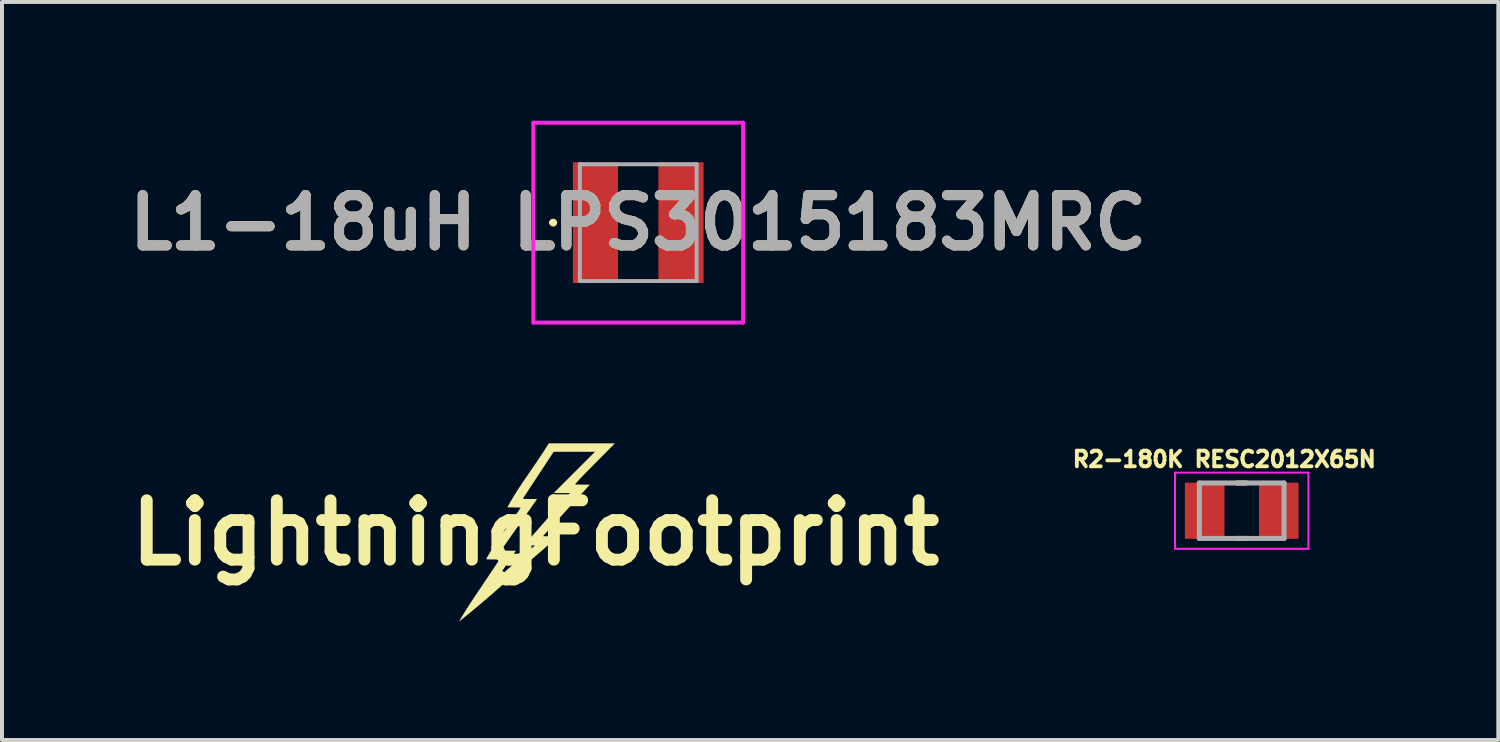
<source format=kicad_pcb>
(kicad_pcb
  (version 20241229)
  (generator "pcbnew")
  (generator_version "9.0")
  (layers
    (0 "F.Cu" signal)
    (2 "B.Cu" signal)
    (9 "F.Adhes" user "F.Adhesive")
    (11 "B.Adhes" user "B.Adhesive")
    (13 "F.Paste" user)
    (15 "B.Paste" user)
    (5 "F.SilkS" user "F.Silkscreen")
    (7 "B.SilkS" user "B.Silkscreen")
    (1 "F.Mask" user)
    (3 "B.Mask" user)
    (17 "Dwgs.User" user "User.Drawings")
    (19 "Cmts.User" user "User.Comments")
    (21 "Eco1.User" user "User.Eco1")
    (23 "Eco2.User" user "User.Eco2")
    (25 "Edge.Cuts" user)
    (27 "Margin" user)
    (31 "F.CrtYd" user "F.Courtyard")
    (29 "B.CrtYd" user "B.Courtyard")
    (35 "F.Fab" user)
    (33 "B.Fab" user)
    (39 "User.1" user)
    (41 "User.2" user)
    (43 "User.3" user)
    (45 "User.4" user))
  (footprint "LightningFootprint"
    (layer "F.Cu")
    (at 10.479 10.411)
    (property "Reference" "LightningFootprint" (at 0 0 0) (layer "F.SilkS") (effects (font (size 1.5 1.5) (thickness 0.3))))
    (attr board_only exclude_from_pos_files exclude_from_bom)
    (fp_poly (pts (xy 1.797 -2.049) (xy 1.705 -1.956) (xy 1.621 -1.871) (xy 1.544 -1.793) (xy 1.473 -1.722) (xy 1.41 -1.658) (xy 1.353 -1.601) (xy 1.303 -1.55) (xy 1.26 -1.506) (xy 1.222 -1.468) (xy 1.191 -1.436) (xy 1.166 -1.41) (xy 1.147 -1.39) (xy 1.136 -1.378) (xy 1.112 -1.351) (xy 1.088 -1.325) (xy 1.064 -1.299) (xy 1.043 -1.275) (xy 1.025 -1.254) (xy 1.012 -1.238) (xy 1.003 -1.227) (xy 1 -1.222) (xy 1.005 -1.221) (xy 1.019 -1.221) (xy 1.042 -1.22) (xy 1.071 -1.219) (xy 1.106 -1.219) (xy 1.146 -1.218) (xy 1.187 -1.218) (xy 1.374 -1.216) (xy 1.239 -1.068) (xy 1.201 -1.026) (xy 1.158 -0.98) (xy 1.113 -0.931) (xy 1.068 -0.882) (xy 1.025 -0.834) (xy 0.986 -0.791) (xy 0.972 -0.776) (xy 0.947 -0.749) (xy 0.917 -0.716) (xy 0.881 -0.676) (xy 0.84 -0.632) (xy 0.796 -0.583) (xy 0.749 -0.532) (xy 0.7 -0.479) (xy 0.651 -0.424) (xy 0.601 -0.369) (xy 0.551 -0.315) (xy 0.542 -0.305) (xy 0.496 -0.255) (xy 0.451 -0.206) (xy 0.409 -0.159) (xy 0.37 -0.116) (xy 0.333 -0.076) (xy 0.301 -0.04) (xy 0.273 -0.009) (xy 0.25 0.017) (xy 0.232 0.037) (xy 0.221 0.05) (xy 0.217 0.054) (xy 0.192 0.086) (xy 0.383 0.089) (xy 0.575 0.091) (xy 0.385 0.255) (xy 0.291 0.336) (xy 0.193 0.422) (xy 0.092 0.509) (xy -0.01 0.597) (xy -0.111 0.684) (xy -0.207 0.768) (xy -0.289 0.838) (xy -0.32 0.866) (xy -0.348 0.89) (xy -0.374 0.912) (xy -0.398 0.933) (xy -0.421 0.953) (xy -0.444 0.973) (xy -0.468 0.994) (xy -0.493 1.016) (xy -0.521 1.041) (xy -0.552 1.068) (xy -0.587 1.099) (xy -0.627 1.135) (xy -0.673 1.175) (xy -0.725 1.221) (xy -0.759 1.25) (xy -0.853 1.334) (xy -0.942 1.412) (xy -1.025 1.484) (xy -1.103 1.553) (xy -1.179 1.618) (xy -1.253 1.681) (xy -1.326 1.744) (xy -1.38 1.79) (xy -1.425 1.827) (xy -1.471 1.866) (xy -1.518 1.906) (xy -1.566 1.945) (xy -1.613 1.985) (xy -1.66 2.023) (xy -1.705 2.06) (xy -1.748 2.095) (xy -1.787 2.127) (xy -1.823 2.156) (xy -1.855 2.182) (xy -1.881 2.203) (xy -1.902 2.219) (xy -1.916 2.23) (xy -1.924 2.235) (xy -1.924 2.235) (xy -1.925 2.231) (xy -1.922 2.223) (xy -1.915 2.211) (xy -1.904 2.192) (xy -1.889 2.167) (xy -1.871 2.137) (xy -1.851 2.104) (xy -1.829 2.069) (xy -1.808 2.034) (xy -1.787 2) (xy -1.784 1.995) (xy -1.76 1.957) (xy -1.737 1.92) (xy -1.715 1.885) (xy -1.693 1.85) (xy -1.67 1.814) (xy -1.645 1.776) (xy -1.618 1.735) (xy -1.588 1.69) (xy -1.555 1.64) (xy -1.517 1.584) (xy -1.474 1.52) (xy -1.462 1.501) (xy -1.401 1.411) (xy -1.346 1.329) (xy -1.296 1.254) (xy -1.251 1.187) (xy -1.221 1.142) (xy -0.958 1.142) (xy -0.957 1.143) (xy -0.952 1.139) (xy -0.94 1.128) (xy -0.921 1.112) (xy -0.896 1.09) (xy -0.865 1.063) (xy -0.828 1.031) (xy -0.786 0.995) (xy -0.74 0.955) (xy -0.691 0.911) (xy -0.637 0.865) (xy -0.581 0.816) (xy -0.522 0.764) (xy -0.482 0.729) (xy -0.015 0.32) (xy -0.152 0.317) (xy -0.189 0.317) (xy -0.222 0.316) (xy -0.25 0.315) (xy -0.272 0.314) (xy -0.286 0.314) (xy -0.291 0.313) (xy -0.289 0.31) (xy -0.28 0.299) (xy -0.268 0.285) (xy -0.254 0.27) (xy -0.247 0.261) (xy -0.237 0.25) (xy -0.224 0.235) (xy -0.207 0.217) (xy -0.188 0.195) (xy -0.164 0.168) (xy -0.137 0.137) (xy -0.105 0.101) (xy -0.068 0.06) (xy -0.027 0.013) (xy 0.02 -0.04) (xy 0.071 -0.098) (xy 0.129 -0.164) (xy 0.192 -0.236) (xy 0.262 -0.315) (xy 0.338 -0.401) (xy 0.373 -0.44) (xy 0.399 -0.469) (xy 0.43 -0.505) (xy 0.466 -0.545) (xy 0.505 -0.59) (xy 0.546 -0.637) (xy 0.589 -0.685) (xy 0.631 -0.732) (xy 0.671 -0.778) (xy 0.676 -0.784) (xy 0.869 -1.003) (xy 0.665 -1.004) (xy 0.461 -1.005) (xy 0.982 -1.526) (xy 1.503 -2.047) (xy 0.981 -2.047) (xy 0.46 -2.047) (xy 0.355 -1.887) (xy 0.328 -1.847) (xy 0.297 -1.8) (xy 0.263 -1.748) (xy 0.228 -1.694) (xy 0.191 -1.639) (xy 0.156 -1.585) (xy 0.122 -1.534) (xy 0.112 -1.518) (xy 0.082 -1.472) (xy 0.05 -1.425) (xy 0.019 -1.378) (xy -0.01 -1.333) (xy -0.038 -1.291) (xy -0.062 -1.254) (xy -0.082 -1.223) (xy -0.092 -1.209) (xy -0.115 -1.174) (xy -0.141 -1.134) (xy -0.17 -1.091) (xy -0.198 -1.047) (xy -0.226 -1.006) (xy -0.238 -0.987) (xy -0.259 -0.955) (xy -0.278 -0.926) (xy -0.294 -0.901) (xy -0.306 -0.881) (xy -0.314 -0.867) (xy -0.318 -0.86) (xy -0.318 -0.86) (xy -0.315 -0.859) (xy -0.305 -0.857) (xy -0.287 -0.856) (xy -0.262 -0.855) (xy -0.228 -0.855) (xy -0.184 -0.854) (xy -0.138 -0.854) (xy 0.041 -0.854) (xy -0.038 -0.741) (xy -0.054 -0.719) (xy -0.075 -0.688) (xy -0.101 -0.652) (xy -0.131 -0.609) (xy -0.164 -0.562) (xy -0.2 -0.511) (xy -0.238 -0.456) (xy -0.278 -0.4) (xy -0.318 -0.343) (xy -0.358 -0.286) (xy -0.365 -0.276) (xy -0.407 -0.216) (xy -0.45 -0.154) (xy -0.494 -0.092) (xy -0.537 -0.03) (xy -0.58 0.03) (xy -0.62 0.088) (xy -0.658 0.141) (xy -0.692 0.189) (xy -0.721 0.231) (xy -0.743 0.263) (xy -0.875 0.451) (xy -0.685 0.452) (xy -0.495 0.453) (xy -0.538 0.517) (xy -0.549 0.533) (xy -0.565 0.556) (xy -0.585 0.586) (xy -0.609 0.621) (xy -0.636 0.661) (xy -0.666 0.705) (xy -0.697 0.75) (xy -0.729 0.798) (xy -0.761 0.845) (xy -0.792 0.892) (xy -0.823 0.937) (xy -0.852 0.979) (xy -0.878 1.018) (xy -0.901 1.052) (xy -0.919 1.08) (xy -0.934 1.101) (xy -0.937 1.106) (xy -0.948 1.123) (xy -0.955 1.136) (xy -0.958 1.142) (xy -1.221 1.142) (xy -1.21 1.127) (xy -1.174 1.073) (xy -1.142 1.025) (xy -1.113 0.982) (xy -1.088 0.945) (xy -1.066 0.912) (xy -1.047 0.883) (xy -1.03 0.857) (xy -1.015 0.835) (xy -1.002 0.816) (xy -0.991 0.798) (xy -0.981 0.783) (xy -0.972 0.769) (xy -0.963 0.756) (xy -0.963 0.755) (xy -0.911 0.675) (xy -1.078 0.673) (xy -1.126 0.673) (xy -1.165 0.672) (xy -1.195 0.671) (xy -1.217 0.67) (xy -1.232 0.669) (xy -1.241 0.668) (xy -1.245 0.666) (xy -1.245 0.665) (xy -1.242 0.658) (xy -1.235 0.644) (xy -1.224 0.623) (xy -1.209 0.597) (xy -1.192 0.567) (xy -1.173 0.535) (xy -1.153 0.501) (xy -1.133 0.467) (xy -1.124 0.453) (xy -1.096 0.408) (xy -1.062 0.356) (xy -1.023 0.298) (xy -0.98 0.234) (xy -0.933 0.166) (xy -0.884 0.094) (xy -0.832 0.021) (xy -0.786 -0.044) (xy -0.736 -0.114) (xy -0.692 -0.175) (xy -0.653 -0.23) (xy -0.619 -0.278) (xy -0.589 -0.32) (xy -0.563 -0.357) (xy -0.54 -0.39) (xy -0.519 -0.419) (xy -0.501 -0.446) (xy -0.485 -0.469) (xy -0.47 -0.491) (xy -0.455 -0.512) (xy -0.441 -0.533) (xy -0.436 -0.541) (xy -0.418 -0.569) (xy -0.402 -0.593) (xy -0.389 -0.613) (xy -0.38 -0.628) (xy -0.375 -0.636) (xy -0.375 -0.636) (xy -0.38 -0.637) (xy -0.394 -0.638) (xy -0.416 -0.639) (xy -0.445 -0.64) (xy -0.48 -0.64) (xy -0.518 -0.641) (xy -0.542 -0.641) (xy -0.582 -0.641) (xy -0.619 -0.641) (xy -0.651 -0.642) (xy -0.677 -0.642) (xy -0.696 -0.643) (xy -0.707 -0.644) (xy -0.708 -0.644) (xy -0.706 -0.651) (xy -0.699 -0.665) (xy -0.687 -0.686) (xy -0.672 -0.713) (xy -0.655 -0.744) (xy -0.635 -0.779) (xy -0.613 -0.817) (xy -0.592 -0.852) (xy -0.565 -0.897) (xy -0.538 -0.942) (xy -0.51 -0.988) (xy -0.479 -1.036) (xy -0.447 -1.086) (xy -0.413 -1.139) (xy -0.375 -1.196) (xy -0.334 -1.258) (xy -0.289 -1.324) (xy -0.24 -1.397) (xy -0.185 -1.476) (xy -0.126 -1.563) (xy -0.099 -1.602) (xy -0.025 -1.709) (xy 0.042 -1.808) (xy 0.103 -1.899) (xy 0.159 -1.982) (xy 0.208 -2.056) (xy 0.25 -2.123) (xy 0.284 -2.176) (xy 0.336 -2.261) (xy 1.172 -2.261) (xy 2.008 -2.261)) (stroke (width 0) (type solid)) (fill yes) (layer "F.SilkS")))
  (footprint "R2-180K RESC2012X65N"
    (layer "F.Cu")
    (at 28.321 9.853)
    (property "Reference" "R2-180K RESC2012X65N" (at -0.44 -1.3 0) (layer "F.SilkS") (effects (font (size 0.394 0.394) (thickness 0.15))))
    (attr smd)
    (fp_line (start -0.12 -0.7) (end 0.12 -0.7) (stroke (width 0.127) (type solid)) (layer "F.SilkS"))
    (fp_line (start -0.12 0.7) (end 0.12 0.7) (stroke (width 0.127) (type solid)) (layer "F.SilkS"))
    (fp_line (start -1.685 -0.962) (end 1.685 -0.962) (stroke (width 0.05) (type solid)) (layer "F.CrtYd"))
    (fp_line (start -1.685 0.962) (end -1.685 -0.962) (stroke (width 0.05) (type solid)) (layer "F.CrtYd"))
    (fp_line (start -1.685 0.962) (end 1.685 0.962) (stroke (width 0.05) (type solid)) (layer "F.CrtYd"))
    (fp_line (start 1.685 0.962) (end 1.685 -0.962) (stroke (width 0.05) (type solid)) (layer "F.CrtYd"))
    (fp_line (start -1.07 0.7) (end -1.07 -0.7) (stroke (width 0.127) (type solid)) (layer "F.Fab"))
    (fp_line (start 1.07 -0.7) (end -1.07 -0.7) (stroke (width 0.127) (type solid)) (layer "F.Fab"))
    (fp_line (start 1.07 0.7) (end -1.07 0.7) (stroke (width 0.127) (type solid)) (layer "F.Fab"))
    (fp_line (start 1.07 0.7) (end 1.07 -0.7) (stroke (width 0.127) (type solid)) (layer "F.Fab"))
    (pad "1" smd rect (at -0.935 0) (size 1 1.42) (layers "F.Cu" "F.Mask" "F.Paste"))
    (pad "2" smd rect (at 0.935 0) (size 1 1.42) (layers "F.Cu" "F.Mask" "F.Paste")))
  (footprint "L1-18uH LPS3015183MRC"
    (layer "F.Cu")
    (at 13.075 2.575)
    (property "Reference" "L1-18uH LPS3015183MRC" (at 0 0 0) (layer "F.SilkS") (effects (font (size 1.27 1.27) (thickness 0.254))))
    (attr smd)
    (fp_line (start -2.2 0) (end -2.2 0) (stroke (width 0.1) (type solid)) (layer "F.SilkS"))
    (fp_line (start -2.1 0) (end -2.1 0) (stroke (width 0.1) (type solid)) (layer "F.SilkS"))
    (fp_arc (start -2.2 0) (mid -2.15 -0.05) (end -2.1 0) (stroke (width 0.1) (type solid)) (layer "F.SilkS"))
    (fp_arc (start -2.1 0) (mid -2.15 0.05) (end -2.2 0) (stroke (width 0.1) (type solid)) (layer "F.SilkS"))
    (fp_line (start -2.65 -2.525) (end 2.65 -2.525) (stroke (width 0.1) (type solid)) (layer "F.CrtYd"))
    (fp_line (start -2.65 2.525) (end -2.65 -2.525) (stroke (width 0.1) (type solid)) (layer "F.CrtYd"))
    (fp_line (start 2.65 -2.525) (end 2.65 2.525) (stroke (width 0.1) (type solid)) (layer "F.CrtYd"))
    (fp_line (start 2.65 2.525) (end -2.65 2.525) (stroke (width 0.1) (type solid)) (layer "F.CrtYd"))
    (fp_line (start -1.475 -1.475) (end 1.475 -1.475) (stroke (width 0.1) (type solid)) (layer "F.Fab"))
    (fp_line (start -1.475 1.475) (end -1.475 -1.475) (stroke (width 0.1) (type solid)) (layer "F.Fab"))
    (fp_line (start 1.475 -1.475) (end 1.475 1.475) (stroke (width 0.1) (type solid)) (layer "F.Fab"))
    (fp_line (start 1.475 1.475) (end -1.475 1.475) (stroke (width 0.1) (type solid)) (layer "F.Fab"))
    (fp_text user "${REFERENCE}" (at 0 0 0) (layer "F.Fab") (effects (font (size 1.27 1.27) (thickness 0.254))))
    (pad "1" smd rect (at -1.08 0) (size 1.14 3.05) (layers "F.Cu" "F.Mask" "F.Paste"))
    (pad "2" smd rect (at 1.08 0) (size 1.14 3.05) (layers "F.Cu" "F.Mask" "F.Paste")))
  (gr_rect
    (start -3 -3)
    (end 34.804 15.646)
    (stroke (width 0.1) (type default))
    (fill no)
    (layer "Edge.Cuts")))
</source>
